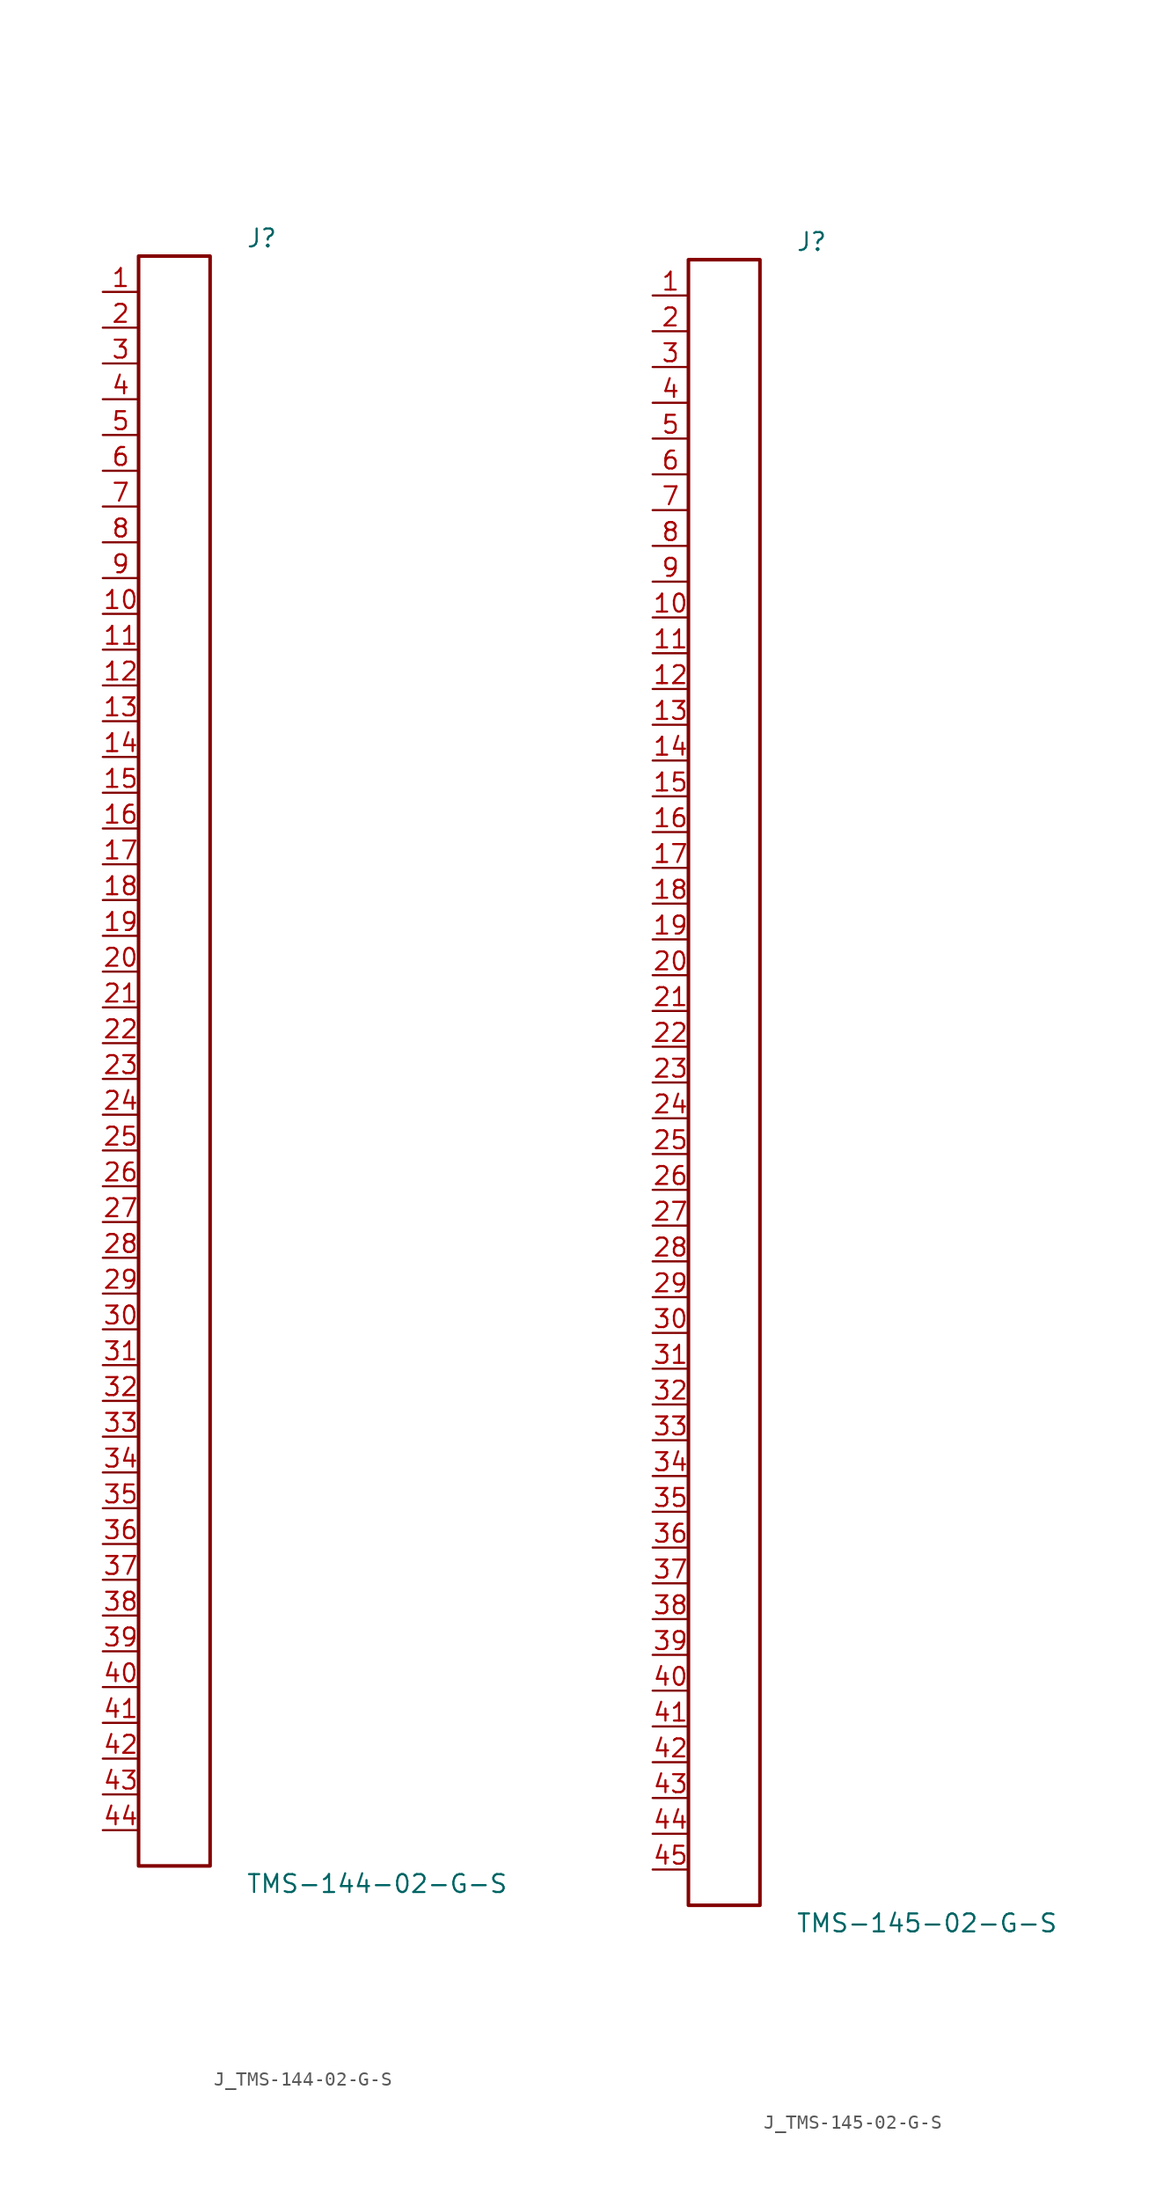
<source format=kicad_sym>
(kicad_symbol_lib
  (version 20231120)
  (generator kicad_symbol_editor)
  (generator_version 8.0)
  (symbol "J_TMS-144-02-G-S"
    (pin_names
      (offset 0.254))
    (property "Reference" "J"
      (at 5.08 58.42 0)
      (effects (font (size 1.27 1.27)) (justify left)))
    (property "Value" "TMS-144-02-G-S"
      (at 5.08 -58.42 0)
      (effects (font (size 1.27 1.27)) (justify left)))
    (symbol "J_TMS-144-02-G-S_0_0"
      (pin passive line (at -5.08 54.61 0) (length 2.54) (name "" (effects (font (size 1.27 1.27)))) (number "1" (effects (font (size 1.27 1.27)))))
      (pin passive line (at -5.08 52.07 0) (length 2.54) (name "" (effects (font (size 1.27 1.27)))) (number "2" (effects (font (size 1.27 1.27)))))
      (pin passive line (at -5.08 49.53 0) (length 2.54) (name "" (effects (font (size 1.27 1.27)))) (number "3" (effects (font (size 1.27 1.27)))))
      (pin passive line (at -5.08 46.99 0) (length 2.54) (name "" (effects (font (size 1.27 1.27)))) (number "4" (effects (font (size 1.27 1.27)))))
      (pin passive line (at -5.08 44.45 0) (length 2.54) (name "" (effects (font (size 1.27 1.27)))) (number "5" (effects (font (size 1.27 1.27)))))
      (pin passive line (at -5.08 41.91 0) (length 2.54) (name "" (effects (font (size 1.27 1.27)))) (number "6" (effects (font (size 1.27 1.27)))))
      (pin passive line (at -5.08 39.37 0) (length 2.54) (name "" (effects (font (size 1.27 1.27)))) (number "7" (effects (font (size 1.27 1.27)))))
      (pin passive line (at -5.08 36.83 0) (length 2.54) (name "" (effects (font (size 1.27 1.27)))) (number "8" (effects (font (size 1.27 1.27)))))
      (pin passive line (at -5.08 34.29 0) (length 2.54) (name "" (effects (font (size 1.27 1.27)))) (number "9" (effects (font (size 1.27 1.27)))))
      (pin passive line (at -5.08 31.75 0) (length 2.54) (name "" (effects (font (size 1.27 1.27)))) (number "10" (effects (font (size 1.27 1.27)))))
      (pin passive line (at -5.08 29.21 0) (length 2.54) (name "" (effects (font (size 1.27 1.27)))) (number "11" (effects (font (size 1.27 1.27)))))
      (pin passive line (at -5.08 26.67 0) (length 2.54) (name "" (effects (font (size 1.27 1.27)))) (number "12" (effects (font (size 1.27 1.27)))))
      (pin passive line (at -5.08 24.13 0) (length 2.54) (name "" (effects (font (size 1.27 1.27)))) (number "13" (effects (font (size 1.27 1.27)))))
      (pin passive line (at -5.08 21.59 0) (length 2.54) (name "" (effects (font (size 1.27 1.27)))) (number "14" (effects (font (size 1.27 1.27)))))
      (pin passive line (at -5.08 19.05 0) (length 2.54) (name "" (effects (font (size 1.27 1.27)))) (number "15" (effects (font (size 1.27 1.27)))))
      (pin passive line (at -5.08 16.51 0) (length 2.54) (name "" (effects (font (size 1.27 1.27)))) (number "16" (effects (font (size 1.27 1.27)))))
      (pin passive line (at -5.08 13.97 0) (length 2.54) (name "" (effects (font (size 1.27 1.27)))) (number "17" (effects (font (size 1.27 1.27)))))
      (pin passive line (at -5.08 11.43 0) (length 2.54) (name "" (effects (font (size 1.27 1.27)))) (number "18" (effects (font (size 1.27 1.27)))))
      (pin passive line (at -5.08 8.89 0) (length 2.54) (name "" (effects (font (size 1.27 1.27)))) (number "19" (effects (font (size 1.27 1.27)))))
      (pin passive line (at -5.08 6.35 0) (length 2.54) (name "" (effects (font (size 1.27 1.27)))) (number "20" (effects (font (size 1.27 1.27)))))
      (pin passive line (at -5.08 3.81 0) (length 2.54) (name "" (effects (font (size 1.27 1.27)))) (number "21" (effects (font (size 1.27 1.27)))))
      (pin passive line (at -5.08 1.27 0) (length 2.54) (name "" (effects (font (size 1.27 1.27)))) (number "22" (effects (font (size 1.27 1.27)))))
      (pin passive line (at -5.08 -1.27 0) (length 2.54) (name "" (effects (font (size 1.27 1.27)))) (number "23" (effects (font (size 1.27 1.27)))))
      (pin passive line (at -5.08 -3.81 0) (length 2.54) (name "" (effects (font (size 1.27 1.27)))) (number "24" (effects (font (size 1.27 1.27)))))
      (pin passive line (at -5.08 -6.35 0) (length 2.54) (name "" (effects (font (size 1.27 1.27)))) (number "25" (effects (font (size 1.27 1.27)))))
      (pin passive line (at -5.08 -8.89 0) (length 2.54) (name "" (effects (font (size 1.27 1.27)))) (number "26" (effects (font (size 1.27 1.27)))))
      (pin passive line (at -5.08 -11.43 0) (length 2.54) (name "" (effects (font (size 1.27 1.27)))) (number "27" (effects (font (size 1.27 1.27)))))
      (pin passive line (at -5.08 -13.97 0) (length 2.54) (name "" (effects (font (size 1.27 1.27)))) (number "28" (effects (font (size 1.27 1.27)))))
      (pin passive line (at -5.08 -16.51 0) (length 2.54) (name "" (effects (font (size 1.27 1.27)))) (number "29" (effects (font (size 1.27 1.27)))))
      (pin passive line (at -5.08 -19.05 0) (length 2.54) (name "" (effects (font (size 1.27 1.27)))) (number "30" (effects (font (size 1.27 1.27)))))
      (pin passive line (at -5.08 -21.59 0) (length 2.54) (name "" (effects (font (size 1.27 1.27)))) (number "31" (effects (font (size 1.27 1.27)))))
      (pin passive line (at -5.08 -24.13 0) (length 2.54) (name "" (effects (font (size 1.27 1.27)))) (number "32" (effects (font (size 1.27 1.27)))))
      (pin passive line (at -5.08 -26.67 0) (length 2.54) (name "" (effects (font (size 1.27 1.27)))) (number "33" (effects (font (size 1.27 1.27)))))
      (pin passive line (at -5.08 -29.21 0) (length 2.54) (name "" (effects (font (size 1.27 1.27)))) (number "34" (effects (font (size 1.27 1.27)))))
      (pin passive line (at -5.08 -31.75 0) (length 2.54) (name "" (effects (font (size 1.27 1.27)))) (number "35" (effects (font (size 1.27 1.27)))))
      (pin passive line (at -5.08 -34.29 0) (length 2.54) (name "" (effects (font (size 1.27 1.27)))) (number "36" (effects (font (size 1.27 1.27)))))
      (pin passive line (at -5.08 -36.83 0) (length 2.54) (name "" (effects (font (size 1.27 1.27)))) (number "37" (effects (font (size 1.27 1.27)))))
      (pin passive line (at -5.08 -39.37 0) (length 2.54) (name "" (effects (font (size 1.27 1.27)))) (number "38" (effects (font (size 1.27 1.27)))))
      (pin passive line (at -5.08 -41.91 0) (length 2.54) (name "" (effects (font (size 1.27 1.27)))) (number "39" (effects (font (size 1.27 1.27)))))
      (pin passive line (at -5.08 -44.45 0) (length 2.54) (name "" (effects (font (size 1.27 1.27)))) (number "40" (effects (font (size 1.27 1.27)))))
      (pin passive line (at -5.08 -46.99 0) (length 2.54) (name "" (effects (font (size 1.27 1.27)))) (number "41" (effects (font (size 1.27 1.27)))))
      (pin passive line (at -5.08 -49.53 0) (length 2.54) (name "" (effects (font (size 1.27 1.27)))) (number "42" (effects (font (size 1.27 1.27)))))
      (pin passive line (at -5.08 -52.07 0) (length 2.54) (name "" (effects (font (size 1.27 1.27)))) (number "43" (effects (font (size 1.27 1.27)))))
      (pin passive line (at -5.08 -54.61 0) (length 2.54) (name "" (effects (font (size 1.27 1.27)))) (number "44" (effects (font (size 1.27 1.27))))))
    (symbol "J_TMS-144-02-G-S_1_0"
      (rectangle (start -2.54 57.15) (end 2.54 -57.15) (stroke (width 0.254) (type solid)) (fill (type none)))))
  (symbol "J_TMS-145-02-G-S"
    (pin_names
      (offset 0.254))
    (property "Reference" "J"
      (at 5.08 59.69 0)
      (effects (font (size 1.27 1.27)) (justify left)))
    (property "Value" "TMS-145-02-G-S"
      (at 5.08 -59.69 0)
      (effects (font (size 1.27 1.27)) (justify left)))
    (symbol "J_TMS-145-02-G-S_0_0"
      (pin passive line (at -5.08 55.88 0) (length 2.54) (name "" (effects (font (size 1.27 1.27)))) (number "1" (effects (font (size 1.27 1.27)))))
      (pin passive line (at -5.08 53.34 0) (length 2.54) (name "" (effects (font (size 1.27 1.27)))) (number "2" (effects (font (size 1.27 1.27)))))
      (pin passive line (at -5.08 50.8 0) (length 2.54) (name "" (effects (font (size 1.27 1.27)))) (number "3" (effects (font (size 1.27 1.27)))))
      (pin passive line (at -5.08 48.26 0) (length 2.54) (name "" (effects (font (size 1.27 1.27)))) (number "4" (effects (font (size 1.27 1.27)))))
      (pin passive line (at -5.08 45.72 0) (length 2.54) (name "" (effects (font (size 1.27 1.27)))) (number "5" (effects (font (size 1.27 1.27)))))
      (pin passive line (at -5.08 43.18 0) (length 2.54) (name "" (effects (font (size 1.27 1.27)))) (number "6" (effects (font (size 1.27 1.27)))))
      (pin passive line (at -5.08 40.64 0) (length 2.54) (name "" (effects (font (size 1.27 1.27)))) (number "7" (effects (font (size 1.27 1.27)))))
      (pin passive line (at -5.08 38.1 0) (length 2.54) (name "" (effects (font (size 1.27 1.27)))) (number "8" (effects (font (size 1.27 1.27)))))
      (pin passive line (at -5.08 35.56 0) (length 2.54) (name "" (effects (font (size 1.27 1.27)))) (number "9" (effects (font (size 1.27 1.27)))))
      (pin passive line (at -5.08 33.02 0) (length 2.54) (name "" (effects (font (size 1.27 1.27)))) (number "10" (effects (font (size 1.27 1.27)))))
      (pin passive line (at -5.08 30.48 0) (length 2.54) (name "" (effects (font (size 1.27 1.27)))) (number "11" (effects (font (size 1.27 1.27)))))
      (pin passive line (at -5.08 27.94 0) (length 2.54) (name "" (effects (font (size 1.27 1.27)))) (number "12" (effects (font (size 1.27 1.27)))))
      (pin passive line (at -5.08 25.4 0) (length 2.54) (name "" (effects (font (size 1.27 1.27)))) (number "13" (effects (font (size 1.27 1.27)))))
      (pin passive line (at -5.08 22.86 0) (length 2.54) (name "" (effects (font (size 1.27 1.27)))) (number "14" (effects (font (size 1.27 1.27)))))
      (pin passive line (at -5.08 20.32 0) (length 2.54) (name "" (effects (font (size 1.27 1.27)))) (number "15" (effects (font (size 1.27 1.27)))))
      (pin passive line (at -5.08 17.78 0) (length 2.54) (name "" (effects (font (size 1.27 1.27)))) (number "16" (effects (font (size 1.27 1.27)))))
      (pin passive line (at -5.08 15.24 0) (length 2.54) (name "" (effects (font (size 1.27 1.27)))) (number "17" (effects (font (size 1.27 1.27)))))
      (pin passive line (at -5.08 12.7 0) (length 2.54) (name "" (effects (font (size 1.27 1.27)))) (number "18" (effects (font (size 1.27 1.27)))))
      (pin passive line (at -5.08 10.16 0) (length 2.54) (name "" (effects (font (size 1.27 1.27)))) (number "19" (effects (font (size 1.27 1.27)))))
      (pin passive line (at -5.08 7.62 0) (length 2.54) (name "" (effects (font (size 1.27 1.27)))) (number "20" (effects (font (size 1.27 1.27)))))
      (pin passive line (at -5.08 5.08 0) (length 2.54) (name "" (effects (font (size 1.27 1.27)))) (number "21" (effects (font (size 1.27 1.27)))))
      (pin passive line (at -5.08 2.54 0) (length 2.54) (name "" (effects (font (size 1.27 1.27)))) (number "22" (effects (font (size 1.27 1.27)))))
      (pin passive line (at -5.08 0.0 0) (length 2.54) (name "" (effects (font (size 1.27 1.27)))) (number "23" (effects (font (size 1.27 1.27)))))
      (pin passive line (at -5.08 -2.54 0) (length 2.54) (name "" (effects (font (size 1.27 1.27)))) (number "24" (effects (font (size 1.27 1.27)))))
      (pin passive line (at -5.08 -5.08 0) (length 2.54) (name "" (effects (font (size 1.27 1.27)))) (number "25" (effects (font (size 1.27 1.27)))))
      (pin passive line (at -5.08 -7.62 0) (length 2.54) (name "" (effects (font (size 1.27 1.27)))) (number "26" (effects (font (size 1.27 1.27)))))
      (pin passive line (at -5.08 -10.16 0) (length 2.54) (name "" (effects (font (size 1.27 1.27)))) (number "27" (effects (font (size 1.27 1.27)))))
      (pin passive line (at -5.08 -12.7 0) (length 2.54) (name "" (effects (font (size 1.27 1.27)))) (number "28" (effects (font (size 1.27 1.27)))))
      (pin passive line (at -5.08 -15.24 0) (length 2.54) (name "" (effects (font (size 1.27 1.27)))) (number "29" (effects (font (size 1.27 1.27)))))
      (pin passive line (at -5.08 -17.78 0) (length 2.54) (name "" (effects (font (size 1.27 1.27)))) (number "30" (effects (font (size 1.27 1.27)))))
      (pin passive line (at -5.08 -20.32 0) (length 2.54) (name "" (effects (font (size 1.27 1.27)))) (number "31" (effects (font (size 1.27 1.27)))))
      (pin passive line (at -5.08 -22.86 0) (length 2.54) (name "" (effects (font (size 1.27 1.27)))) (number "32" (effects (font (size 1.27 1.27)))))
      (pin passive line (at -5.08 -25.4 0) (length 2.54) (name "" (effects (font (size 1.27 1.27)))) (number "33" (effects (font (size 1.27 1.27)))))
      (pin passive line (at -5.08 -27.94 0) (length 2.54) (name "" (effects (font (size 1.27 1.27)))) (number "34" (effects (font (size 1.27 1.27)))))
      (pin passive line (at -5.08 -30.48 0) (length 2.54) (name "" (effects (font (size 1.27 1.27)))) (number "35" (effects (font (size 1.27 1.27)))))
      (pin passive line (at -5.08 -33.02 0) (length 2.54) (name "" (effects (font (size 1.27 1.27)))) (number "36" (effects (font (size 1.27 1.27)))))
      (pin passive line (at -5.08 -35.56 0) (length 2.54) (name "" (effects (font (size 1.27 1.27)))) (number "37" (effects (font (size 1.27 1.27)))))
      (pin passive line (at -5.08 -38.1 0) (length 2.54) (name "" (effects (font (size 1.27 1.27)))) (number "38" (effects (font (size 1.27 1.27)))))
      (pin passive line (at -5.08 -40.64 0) (length 2.54) (name "" (effects (font (size 1.27 1.27)))) (number "39" (effects (font (size 1.27 1.27)))))
      (pin passive line (at -5.08 -43.18 0) (length 2.54) (name "" (effects (font (size 1.27 1.27)))) (number "40" (effects (font (size 1.27 1.27)))))
      (pin passive line (at -5.08 -45.72 0) (length 2.54) (name "" (effects (font (size 1.27 1.27)))) (number "41" (effects (font (size 1.27 1.27)))))
      (pin passive line (at -5.08 -48.26 0) (length 2.54) (name "" (effects (font (size 1.27 1.27)))) (number "42" (effects (font (size 1.27 1.27)))))
      (pin passive line (at -5.08 -50.8 0) (length 2.54) (name "" (effects (font (size 1.27 1.27)))) (number "43" (effects (font (size 1.27 1.27)))))
      (pin passive line (at -5.08 -53.34 0) (length 2.54) (name "" (effects (font (size 1.27 1.27)))) (number "44" (effects (font (size 1.27 1.27)))))
      (pin passive line (at -5.08 -55.88 0) (length 2.54) (name "" (effects (font (size 1.27 1.27)))) (number "45" (effects (font (size 1.27 1.27))))))
    (symbol "J_TMS-145-02-G-S_1_0"
      (rectangle (start -2.54 58.42) (end 2.54 -58.42) (stroke (width 0.254) (type solid)) (fill (type none))))))
</source>
